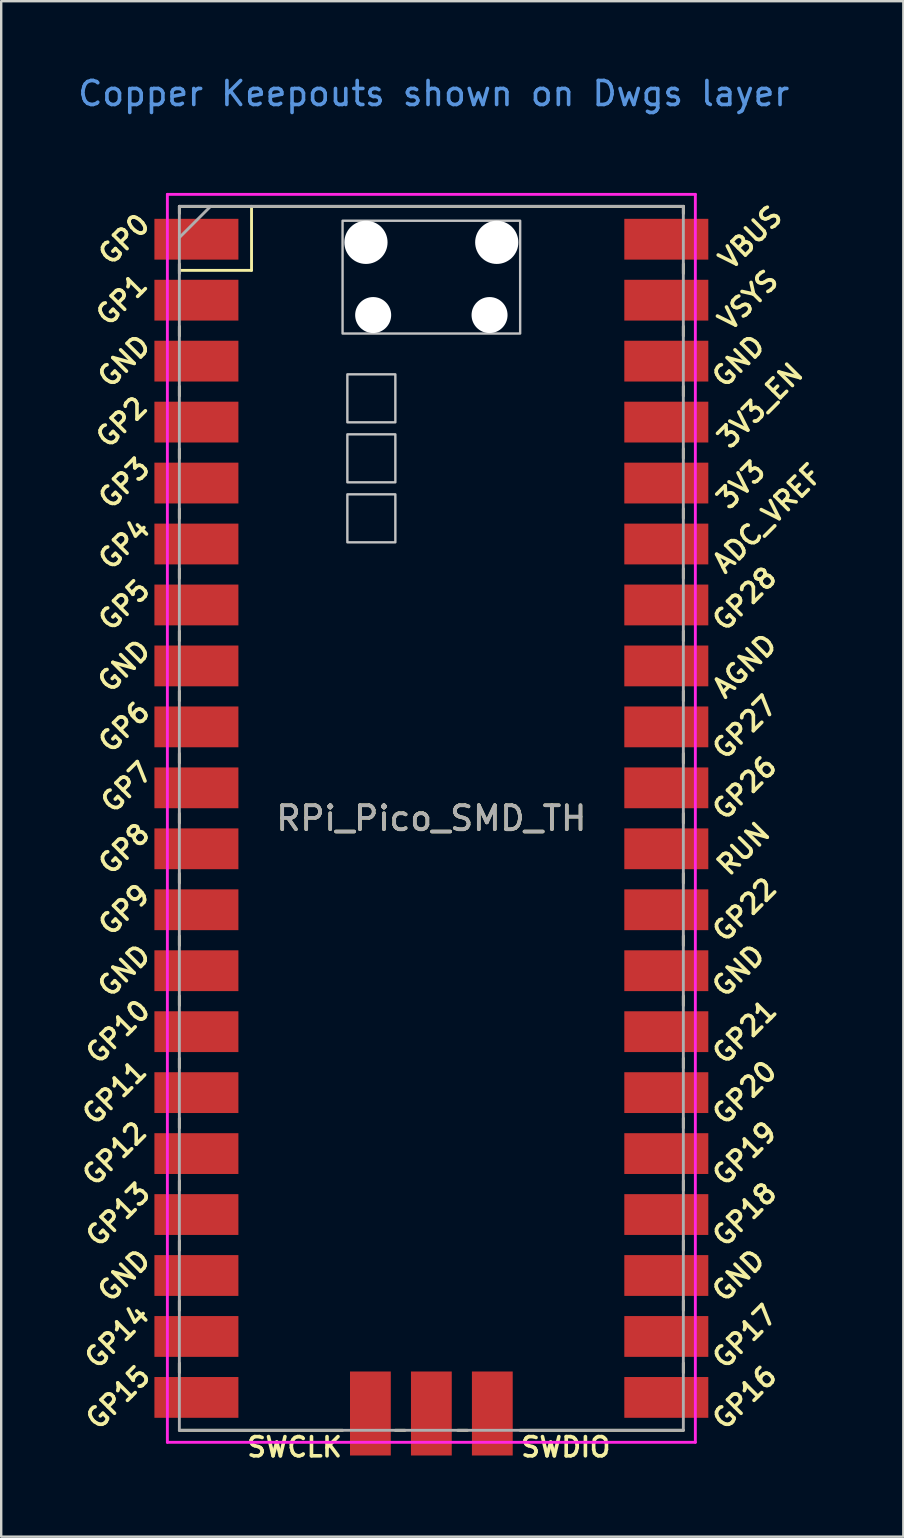
<source format=kicad_pcb>
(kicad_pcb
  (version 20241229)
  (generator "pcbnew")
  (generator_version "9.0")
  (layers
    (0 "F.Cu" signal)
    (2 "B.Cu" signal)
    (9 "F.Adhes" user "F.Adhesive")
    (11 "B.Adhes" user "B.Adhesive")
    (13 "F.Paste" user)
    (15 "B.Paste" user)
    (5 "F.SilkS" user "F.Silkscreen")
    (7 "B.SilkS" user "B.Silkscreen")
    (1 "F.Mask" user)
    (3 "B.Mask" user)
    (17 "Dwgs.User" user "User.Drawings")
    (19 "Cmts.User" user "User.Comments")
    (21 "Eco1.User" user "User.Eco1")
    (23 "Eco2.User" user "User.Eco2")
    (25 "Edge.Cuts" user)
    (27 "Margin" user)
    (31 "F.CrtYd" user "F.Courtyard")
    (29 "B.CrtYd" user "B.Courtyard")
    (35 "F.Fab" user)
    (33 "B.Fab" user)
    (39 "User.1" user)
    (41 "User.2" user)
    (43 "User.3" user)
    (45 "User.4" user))
  (footprint "RPi_Pico_SMD_TH"
    (layer "F.Cu")
    (at 14.924 31.048)
    (property "Reference" "RPi_Pico_SMD_TH" (at 0 0 180) (layer "F.SilkS") (effects (font (size 1 1) (thickness 0.15))))
    (attr through_hole)
    (fp_line (start -10.5 -25.5) (end -10.5 -25.2) (stroke (width 0.12) (type solid)) (layer "F.SilkS"))
    (fp_line (start -10.5 -25.5) (end 10.5 -25.5) (stroke (width 0.12) (type solid)) (layer "F.SilkS"))
    (fp_line (start -10.5 -23.1) (end -10.5 -22.7) (stroke (width 0.12) (type solid)) (layer "F.SilkS"))
    (fp_line (start -10.5 -22.833) (end -7.493 -22.833) (stroke (width 0.12) (type solid)) (layer "F.SilkS"))
    (fp_line (start -10.5 -20.5) (end -10.5 -20.1) (stroke (width 0.12) (type solid)) (layer "F.SilkS"))
    (fp_line (start -10.5 -18) (end -10.5 -17.6) (stroke (width 0.12) (type solid)) (layer "F.SilkS"))
    (fp_line (start -10.5 -15.4) (end -10.5 -15) (stroke (width 0.12) (type solid)) (layer "F.SilkS"))
    (fp_line (start -10.5 -12.9) (end -10.5 -12.5) (stroke (width 0.12) (type solid)) (layer "F.SilkS"))
    (fp_line (start -10.5 -10.4) (end -10.5 -10) (stroke (width 0.12) (type solid)) (layer "F.SilkS"))
    (fp_line (start -10.5 -7.8) (end -10.5 -7.4) (stroke (width 0.12) (type solid)) (layer "F.SilkS"))
    (fp_line (start -10.5 -5.3) (end -10.5 -4.9) (stroke (width 0.12) (type solid)) (layer "F.SilkS"))
    (fp_line (start -10.5 -2.7) (end -10.5 -2.3) (stroke (width 0.12) (type solid)) (layer "F.SilkS"))
    (fp_line (start -10.5 -0.2) (end -10.5 0.2) (stroke (width 0.12) (type solid)) (layer "F.SilkS"))
    (fp_line (start -10.5 2.3) (end -10.5 2.7) (stroke (width 0.12) (type solid)) (layer "F.SilkS"))
    (fp_line (start -10.5 4.9) (end -10.5 5.3) (stroke (width 0.12) (type solid)) (layer "F.SilkS"))
    (fp_line (start -10.5 7.4) (end -10.5 7.8) (stroke (width 0.12) (type solid)) (layer "F.SilkS"))
    (fp_line (start -10.5 10) (end -10.5 10.4) (stroke (width 0.12) (type solid)) (layer "F.SilkS"))
    (fp_line (start -10.5 12.5) (end -10.5 12.9) (stroke (width 0.12) (type solid)) (layer "F.SilkS"))
    (fp_line (start -10.5 15.1) (end -10.5 15.5) (stroke (width 0.12) (type solid)) (layer "F.SilkS"))
    (fp_line (start -10.5 17.6) (end -10.5 18) (stroke (width 0.12) (type solid)) (layer "F.SilkS"))
    (fp_line (start -10.5 20.1) (end -10.5 20.5) (stroke (width 0.12) (type solid)) (layer "F.SilkS"))
    (fp_line (start -10.5 22.7) (end -10.5 23.1) (stroke (width 0.12) (type solid)) (layer "F.SilkS"))
    (fp_line (start -7.493 -22.833) (end -7.493 -25.5) (stroke (width 0.12) (type solid)) (layer "F.SilkS"))
    (fp_line (start -3.7 25.5) (end -10.5 25.5) (stroke (width 0.12) (type solid)) (layer "F.SilkS"))
    (fp_line (start -1.5 25.5) (end -1.1 25.5) (stroke (width 0.12) (type solid)) (layer "F.SilkS"))
    (fp_line (start 1.1 25.5) (end 1.5 25.5) (stroke (width 0.12) (type solid)) (layer "F.SilkS"))
    (fp_line (start 10.5 -25.5) (end 10.5 -25.2) (stroke (width 0.12) (type solid)) (layer "F.SilkS"))
    (fp_line (start 10.5 -23.1) (end 10.5 -22.7) (stroke (width 0.12) (type solid)) (layer "F.SilkS"))
    (fp_line (start 10.5 -20.5) (end 10.5 -20.1) (stroke (width 0.12) (type solid)) (layer "F.SilkS"))
    (fp_line (start 10.5 -18) (end 10.5 -17.6) (stroke (width 0.12) (type solid)) (layer "F.SilkS"))
    (fp_line (start 10.5 -15.4) (end 10.5 -15) (stroke (width 0.12) (type solid)) (layer "F.SilkS"))
    (fp_line (start 10.5 -12.9) (end 10.5 -12.5) (stroke (width 0.12) (type solid)) (layer "F.SilkS"))
    (fp_line (start 10.5 -10.4) (end 10.5 -10) (stroke (width 0.12) (type solid)) (layer "F.SilkS"))
    (fp_line (start 10.5 -7.8) (end 10.5 -7.4) (stroke (width 0.12) (type solid)) (layer "F.SilkS"))
    (fp_line (start 10.5 -5.3) (end 10.5 -4.9) (stroke (width 0.12) (type solid)) (layer "F.SilkS"))
    (fp_line (start 10.5 -2.7) (end 10.5 -2.3) (stroke (width 0.12) (type solid)) (layer "F.SilkS"))
    (fp_line (start 10.5 -0.2) (end 10.5 0.2) (stroke (width 0.12) (type solid)) (layer "F.SilkS"))
    (fp_line (start 10.5 2.3) (end 10.5 2.7) (stroke (width 0.12) (type solid)) (layer "F.SilkS"))
    (fp_line (start 10.5 4.9) (end 10.5 5.3) (stroke (width 0.12) (type solid)) (layer "F.SilkS"))
    (fp_line (start 10.5 7.4) (end 10.5 7.8) (stroke (width 0.12) (type solid)) (layer "F.SilkS"))
    (fp_line (start 10.5 10) (end 10.5 10.4) (stroke (width 0.12) (type solid)) (layer "F.SilkS"))
    (fp_line (start 10.5 12.5) (end 10.5 12.9) (stroke (width 0.12) (type solid)) (layer "F.SilkS"))
    (fp_line (start 10.5 15.1) (end 10.5 15.5) (stroke (width 0.12) (type solid)) (layer "F.SilkS"))
    (fp_line (start 10.5 17.6) (end 10.5 18) (stroke (width 0.12) (type solid)) (layer "F.SilkS"))
    (fp_line (start 10.5 20.1) (end 10.5 20.5) (stroke (width 0.12) (type solid)) (layer "F.SilkS"))
    (fp_line (start 10.5 22.7) (end 10.5 23.1) (stroke (width 0.12) (type solid)) (layer "F.SilkS"))
    (fp_line (start 10.5 25.5) (end 3.7 25.5) (stroke (width 0.12) (type solid)) (layer "F.SilkS"))
    (fp_poly (pts (xy -1.5 -16.5) (xy -3.5 -16.5) (xy -3.5 -18.5) (xy -1.5 -18.5)) (stroke (width 0.1) (type solid)) (fill no) (layer "Dwgs.User"))
    (fp_poly (pts (xy -1.5 -14) (xy -3.5 -14) (xy -3.5 -16) (xy -1.5 -16)) (stroke (width 0.1) (type solid)) (fill no) (layer "Dwgs.User"))
    (fp_poly (pts (xy -1.5 -11.5) (xy -3.5 -11.5) (xy -3.5 -13.5) (xy -1.5 -13.5)) (stroke (width 0.1) (type solid)) (fill no) (layer "Dwgs.User"))
    (fp_poly (pts (xy 3.7 -20.2) (xy -3.7 -20.2) (xy -3.7 -24.9) (xy 3.7 -24.9)) (stroke (width 0.1) (type solid)) (fill no) (layer "Dwgs.User"))
    (fp_line (start -11 -26) (end 11 -26) (stroke (width 0.12) (type solid)) (layer "F.CrtYd"))
    (fp_line (start -11 26) (end -11 -26) (stroke (width 0.12) (type solid)) (layer "F.CrtYd"))
    (fp_line (start 11 -26) (end 11 26) (stroke (width 0.12) (type solid)) (layer "F.CrtYd"))
    (fp_line (start 11 26) (end -11 26) (stroke (width 0.12) (type solid)) (layer "F.CrtYd"))
    (fp_line (start -10.5 -25.5) (end 10.5 -25.5) (stroke (width 0.12) (type solid)) (layer "F.Fab"))
    (fp_line (start -10.5 -24.2) (end -9.2 -25.5) (stroke (width 0.12) (type solid)) (layer "F.Fab"))
    (fp_line (start -10.5 25.5) (end -10.5 -25.5) (stroke (width 0.12) (type solid)) (layer "F.Fab"))
    (fp_line (start 10.5 -25.5) (end 10.5 25.5) (stroke (width 0.12) (type solid)) (layer "F.Fab"))
    (fp_line (start 10.5 25.5) (end -10.5 25.5) (stroke (width 0.12) (type solid)) (layer "F.Fab"))
    (fp_text user "GP17" (at 13.054 21.59 225) (layer "F.SilkS") (effects (font (size 0.8 0.8) (thickness 0.15))))
    (fp_text user "GP6" (at -12.8 -3.81 225) (layer "F.SilkS") (effects (font (size 0.8 0.8) (thickness 0.15))))
    (fp_text user "GP8" (at -12.8 1.27 225) (layer "F.SilkS") (effects (font (size 0.8 0.8) (thickness 0.15))))
    (fp_text user "GP20" (at 13.054 11.43 225) (layer "F.SilkS") (effects (font (size 0.8 0.8) (thickness 0.15))))
    (fp_text user "GP10" (at -13.054 8.89 225) (layer "F.SilkS") (effects (font (size 0.8 0.8) (thickness 0.15))))
    (fp_text user "GP21" (at 13.054 8.9 225) (layer "F.SilkS") (effects (font (size 0.8 0.8) (thickness 0.15))))
    (fp_text user "GND" (at -12.8 19.05 225) (layer "F.SilkS") (effects (font (size 0.8 0.8) (thickness 0.15))))
    (fp_text user "GP22" (at 13.054 3.81 225) (layer "F.SilkS") (effects (font (size 0.8 0.8) (thickness 0.15))))
    (fp_text user "SWDIO" (at 5.6 26.2 180) (layer "F.SilkS") (effects (font (size 0.8 0.8) (thickness 0.15))))
    (fp_text user "GP14" (at -13.1 21.59 225) (layer "F.SilkS") (effects (font (size 0.8 0.8) (thickness 0.15))))
    (fp_text user "GND" (at -12.8 -6.35 225) (layer "F.SilkS") (effects (font (size 0.8 0.8) (thickness 0.15))))
    (fp_text user "GP11" (at -13.2 11.43 225) (layer "F.SilkS") (effects (font (size 0.8 0.8) (thickness 0.15))))
    (fp_text user "GP4" (at -12.8 -11.43 225) (layer "F.SilkS") (effects (font (size 0.8 0.8) (thickness 0.15))))
    (fp_text user "GP16" (at 13.054 24.13 225) (layer "F.SilkS") (effects (font (size 0.8 0.8) (thickness 0.15))))
    (fp_text user "GP2" (at -12.9 -16.51 225) (layer "F.SilkS") (effects (font (size 0.8 0.8) (thickness 0.15))))
    (fp_text user "VSYS" (at 13.2 -21.59 225) (layer "F.SilkS") (effects (font (size 0.8 0.8) (thickness 0.15))))
    (fp_text user "ADC_VREF" (at 14 -12.5 225) (layer "F.SilkS") (effects (font (size 0.8 0.8) (thickness 0.15))))
    (fp_text user "GP18" (at 13.054 16.51 225) (layer "F.SilkS") (effects (font (size 0.8 0.8) (thickness 0.15))))
    (fp_text user "GP3" (at -12.8 -13.97 225) (layer "F.SilkS") (effects (font (size 0.8 0.8) (thickness 0.15))))
    (fp_text user "GP13" (at -13.054 16.51 225) (layer "F.SilkS") (effects (font (size 0.8 0.8) (thickness 0.15))))
    (fp_text user "AGND" (at 13.054 -6.35 225) (layer "F.SilkS") (effects (font (size 0.8 0.8) (thickness 0.15))))
    (fp_text user "RUN" (at 13 1.27 225) (layer "F.SilkS") (effects (font (size 0.8 0.8) (thickness 0.15))))
    (fp_text user "GP28" (at 13.054 -9.144 225) (layer "F.SilkS") (effects (font (size 0.8 0.8) (thickness 0.15))))
    (fp_text user "GND" (at -12.8 -19.05 225) (layer "F.SilkS") (effects (font (size 0.8 0.8) (thickness 0.15))))
    (fp_text user "GP27" (at 13.054 -3.8 225) (layer "F.SilkS") (effects (font (size 0.8 0.8) (thickness 0.15))))
    (fp_text user "GP26" (at 13.054 -1.27 225) (layer "F.SilkS") (effects (font (size 0.8 0.8) (thickness 0.15))))
    (fp_text user "VBUS" (at 13.3 -24.2 225) (layer "F.SilkS") (effects (font (size 0.8 0.8) (thickness 0.15))))
    (fp_text user "GP12" (at -13.2 13.97 225) (layer "F.SilkS") (effects (font (size 0.8 0.8) (thickness 0.15))))
    (fp_text user "GND" (at 12.8 -19.05 225) (layer "F.SilkS") (effects (font (size 0.8 0.8) (thickness 0.15))))
    (fp_text user "SWCLK" (at -5.7 26.2 180) (layer "F.SilkS") (effects (font (size 0.8 0.8) (thickness 0.15))))
    (fp_text user "GP0" (at -12.8 -24.13 225) (layer "F.SilkS") (effects (font (size 0.8 0.8) (thickness 0.15))))
    (fp_text user "GND" (at 12.8 19.05 225) (layer "F.SilkS") (effects (font (size 0.8 0.8) (thickness 0.15))))
    (fp_text user "GND" (at -12.8 6.35 225) (layer "F.SilkS") (effects (font (size 0.8 0.8) (thickness 0.15))))
    (fp_text user "GP5" (at -12.8 -8.89 225) (layer "F.SilkS") (effects (font (size 0.8 0.8) (thickness 0.15))))
    (fp_text user "3V3" (at 12.9 -13.9 225) (layer "F.SilkS") (effects (font (size 0.8 0.8) (thickness 0.15))))
    (fp_text user "GP7" (at -12.7 -1.3 225) (layer "F.SilkS") (effects (font (size 0.8 0.8) (thickness 0.15))))
    (fp_text user "GP1" (at -12.9 -21.6 225) (layer "F.SilkS") (effects (font (size 0.8 0.8) (thickness 0.15))))
    (fp_text user "3V3_EN" (at 13.7 -17.2 225) (layer "F.SilkS") (effects (font (size 0.8 0.8) (thickness 0.15))))
    (fp_text user "GP15" (at -13.054 24.13 225) (layer "F.SilkS") (effects (font (size 0.8 0.8) (thickness 0.15))))
    (fp_text user "GND" (at 12.8 6.35 225) (layer "F.SilkS") (effects (font (size 0.8 0.8) (thickness 0.15))))
    (fp_text user "GP19" (at 13.054 13.97 225) (layer "F.SilkS") (effects (font (size 0.8 0.8) (thickness 0.15))))
    (fp_text user "GP9" (at -12.8 3.81 225) (layer "F.SilkS") (effects (font (size 0.8 0.8) (thickness 0.15))))
    (fp_text user "Copper Keepouts shown on Dwgs layer" (at 0.1 -30.2 180) (layer "Cmts.User") (effects (font (size 1 1) (thickness 0.15))))
    (fp_text user "${REFERENCE}" (at 0 0 0) (layer "F.Fab") (effects (font (size 1 1) (thickness 0.15))))
    (pad "" np_thru_hole oval (at -2.725 -24) (size 1.8 1.8) (drill 1.8) (layers "*.Cu" "*.Mask"))
    (pad "" np_thru_hole oval (at -2.425 -20.97) (size 1.5 1.5) (drill 1.5) (layers "*.Cu" "*.Mask"))
    (pad "" np_thru_hole oval (at 2.425 -20.97) (size 1.5 1.5) (drill 1.5) (layers "*.Cu" "*.Mask"))
    (pad "" np_thru_hole oval (at 2.725 -24) (size 1.8 1.8) (drill 1.8) (layers "*.Cu" "*.Mask"))
    (pad "1" smd rect (at -8.89 -24.13) (size 3.5 1.7) (drill (offset -0.9 0)) (layers "F.Cu" "F.Mask"))
    (pad "2" smd rect (at -8.89 -21.59) (size 3.5 1.7) (drill (offset -0.9 0)) (layers "F.Cu" "F.Mask"))
    (pad "3" smd rect (at -8.89 -19.05) (size 3.5 1.7) (drill (offset -0.9 0)) (layers "F.Cu" "F.Mask"))
    (pad "4" smd rect (at -8.89 -16.51) (size 3.5 1.7) (drill (offset -0.9 0)) (layers "F.Cu" "F.Mask"))
    (pad "5" smd rect (at -8.89 -13.97) (size 3.5 1.7) (drill (offset -0.9 0)) (layers "F.Cu" "F.Mask"))
    (pad "6" smd rect (at -8.89 -11.43) (size 3.5 1.7) (drill (offset -0.9 0)) (layers "F.Cu" "F.Mask"))
    (pad "7" smd rect (at -8.89 -8.89) (size 3.5 1.7) (drill (offset -0.9 0)) (layers "F.Cu" "F.Mask"))
    (pad "8" smd rect (at -8.89 -6.35) (size 3.5 1.7) (drill (offset -0.9 0)) (layers "F.Cu" "F.Mask"))
    (pad "9" smd rect (at -8.89 -3.81) (size 3.5 1.7) (drill (offset -0.9 0)) (layers "F.Cu" "F.Mask"))
    (pad "10" smd rect (at -8.89 -1.27) (size 3.5 1.7) (drill (offset -0.9 0)) (layers "F.Cu" "F.Mask"))
    (pad "11" smd rect (at -8.89 1.27) (size 3.5 1.7) (drill (offset -0.9 0)) (layers "F.Cu" "F.Mask"))
    (pad "12" smd rect (at -8.89 3.81) (size 3.5 1.7) (drill (offset -0.9 0)) (layers "F.Cu" "F.Mask"))
    (pad "13" smd rect (at -8.89 6.35) (size 3.5 1.7) (drill (offset -0.9 0)) (layers "F.Cu" "F.Mask"))
    (pad "14" smd rect (at -8.89 8.89) (size 3.5 1.7) (drill (offset -0.9 0)) (layers "F.Cu" "F.Mask"))
    (pad "15" smd rect (at -8.89 11.43) (size 3.5 1.7) (drill (offset -0.9 0)) (layers "F.Cu" "F.Mask"))
    (pad "16" smd rect (at -8.89 13.97) (size 3.5 1.7) (drill (offset -0.9 0)) (layers "F.Cu" "F.Mask"))
    (pad "17" smd rect (at -8.89 16.51) (size 3.5 1.7) (drill (offset -0.9 0)) (layers "F.Cu" "F.Mask"))
    (pad "18" smd rect (at -8.89 19.05) (size 3.5 1.7) (drill (offset -0.9 0)) (layers "F.Cu" "F.Mask"))
    (pad "19" smd rect (at -8.89 21.59) (size 3.5 1.7) (drill (offset -0.9 0)) (layers "F.Cu" "F.Mask"))
    (pad "20" smd rect (at -8.89 24.13) (size 3.5 1.7) (drill (offset -0.9 0)) (layers "F.Cu" "F.Mask"))
    (pad "21" smd rect (at 8.89 24.13) (size 3.5 1.7) (drill (offset 0.9 0)) (layers "F.Cu" "F.Mask"))
    (pad "22" smd rect (at 8.89 21.59) (size 3.5 1.7) (drill (offset 0.9 0)) (layers "F.Cu" "F.Mask"))
    (pad "23" smd rect (at 8.89 19.05) (size 3.5 1.7) (drill (offset 0.9 0)) (layers "F.Cu" "F.Mask"))
    (pad "24" smd rect (at 8.89 16.51) (size 3.5 1.7) (drill (offset 0.9 0)) (layers "F.Cu" "F.Mask"))
    (pad "25" smd rect (at 8.89 13.97) (size 3.5 1.7) (drill (offset 0.9 0)) (layers "F.Cu" "F.Mask"))
    (pad "26" smd rect (at 8.89 11.43) (size 3.5 1.7) (drill (offset 0.9 0)) (layers "F.Cu" "F.Mask"))
    (pad "27" smd rect (at 8.89 8.89) (size 3.5 1.7) (drill (offset 0.9 0)) (layers "F.Cu" "F.Mask"))
    (pad "28" smd rect (at 8.89 6.35) (size 3.5 1.7) (drill (offset 0.9 0)) (layers "F.Cu" "F.Mask"))
    (pad "29" smd rect (at 8.89 3.81) (size 3.5 1.7) (drill (offset 0.9 0)) (layers "F.Cu" "F.Mask"))
    (pad "30" smd rect (at 8.89 1.27) (size 3.5 1.7) (drill (offset 0.9 0)) (layers "F.Cu" "F.Mask"))
    (pad "31" smd rect (at 8.89 -1.27) (size 3.5 1.7) (drill (offset 0.9 0)) (layers "F.Cu" "F.Mask"))
    (pad "32" smd rect (at 8.89 -3.81) (size 3.5 1.7) (drill (offset 0.9 0)) (layers "F.Cu" "F.Mask"))
    (pad "33" smd rect (at 8.89 -6.35) (size 3.5 1.7) (drill (offset 0.9 0)) (layers "F.Cu" "F.Mask"))
    (pad "34" smd rect (at 8.89 -8.89) (size 3.5 1.7) (drill (offset 0.9 0)) (layers "F.Cu" "F.Mask"))
    (pad "35" smd rect (at 8.89 -11.43) (size 3.5 1.7) (drill (offset 0.9 0)) (layers "F.Cu" "F.Mask"))
    (pad "36" smd rect (at 8.89 -13.97) (size 3.5 1.7) (drill (offset 0.9 0)) (layers "F.Cu" "F.Mask"))
    (pad "37" smd rect (at 8.89 -16.51) (size 3.5 1.7) (drill (offset 0.9 0)) (layers "F.Cu" "F.Mask"))
    (pad "38" smd rect (at 8.89 -19.05) (size 3.5 1.7) (drill (offset 0.9 0)) (layers "F.Cu" "F.Mask"))
    (pad "39" smd rect (at 8.89 -21.59) (size 3.5 1.7) (drill (offset 0.9 0)) (layers "F.Cu" "F.Mask"))
    (pad "40" smd rect (at 8.89 -24.13) (size 3.5 1.7) (drill (offset 0.9 0)) (layers "F.Cu" "F.Mask"))
    (pad "41" smd rect (at -2.54 23.9 90) (size 3.5 1.7) (drill (offset -0.9 0)) (layers "F.Cu" "F.Mask"))
    (pad "42" smd rect (at 0 23.9 90) (size 3.5 1.7) (drill (offset -0.9 0)) (layers "F.Cu" "F.Mask"))
    (pad "43" smd rect (at 2.54 23.9 90) (size 3.5 1.7) (drill (offset -0.9 0)) (layers "F.Cu" "F.Mask")))
  (gr_rect
    (start -3 -3)
    (end 34.591 60.98)
    (stroke (width 0.1) (type default))
    (fill no)
    (layer "Edge.Cuts")))
</source>
